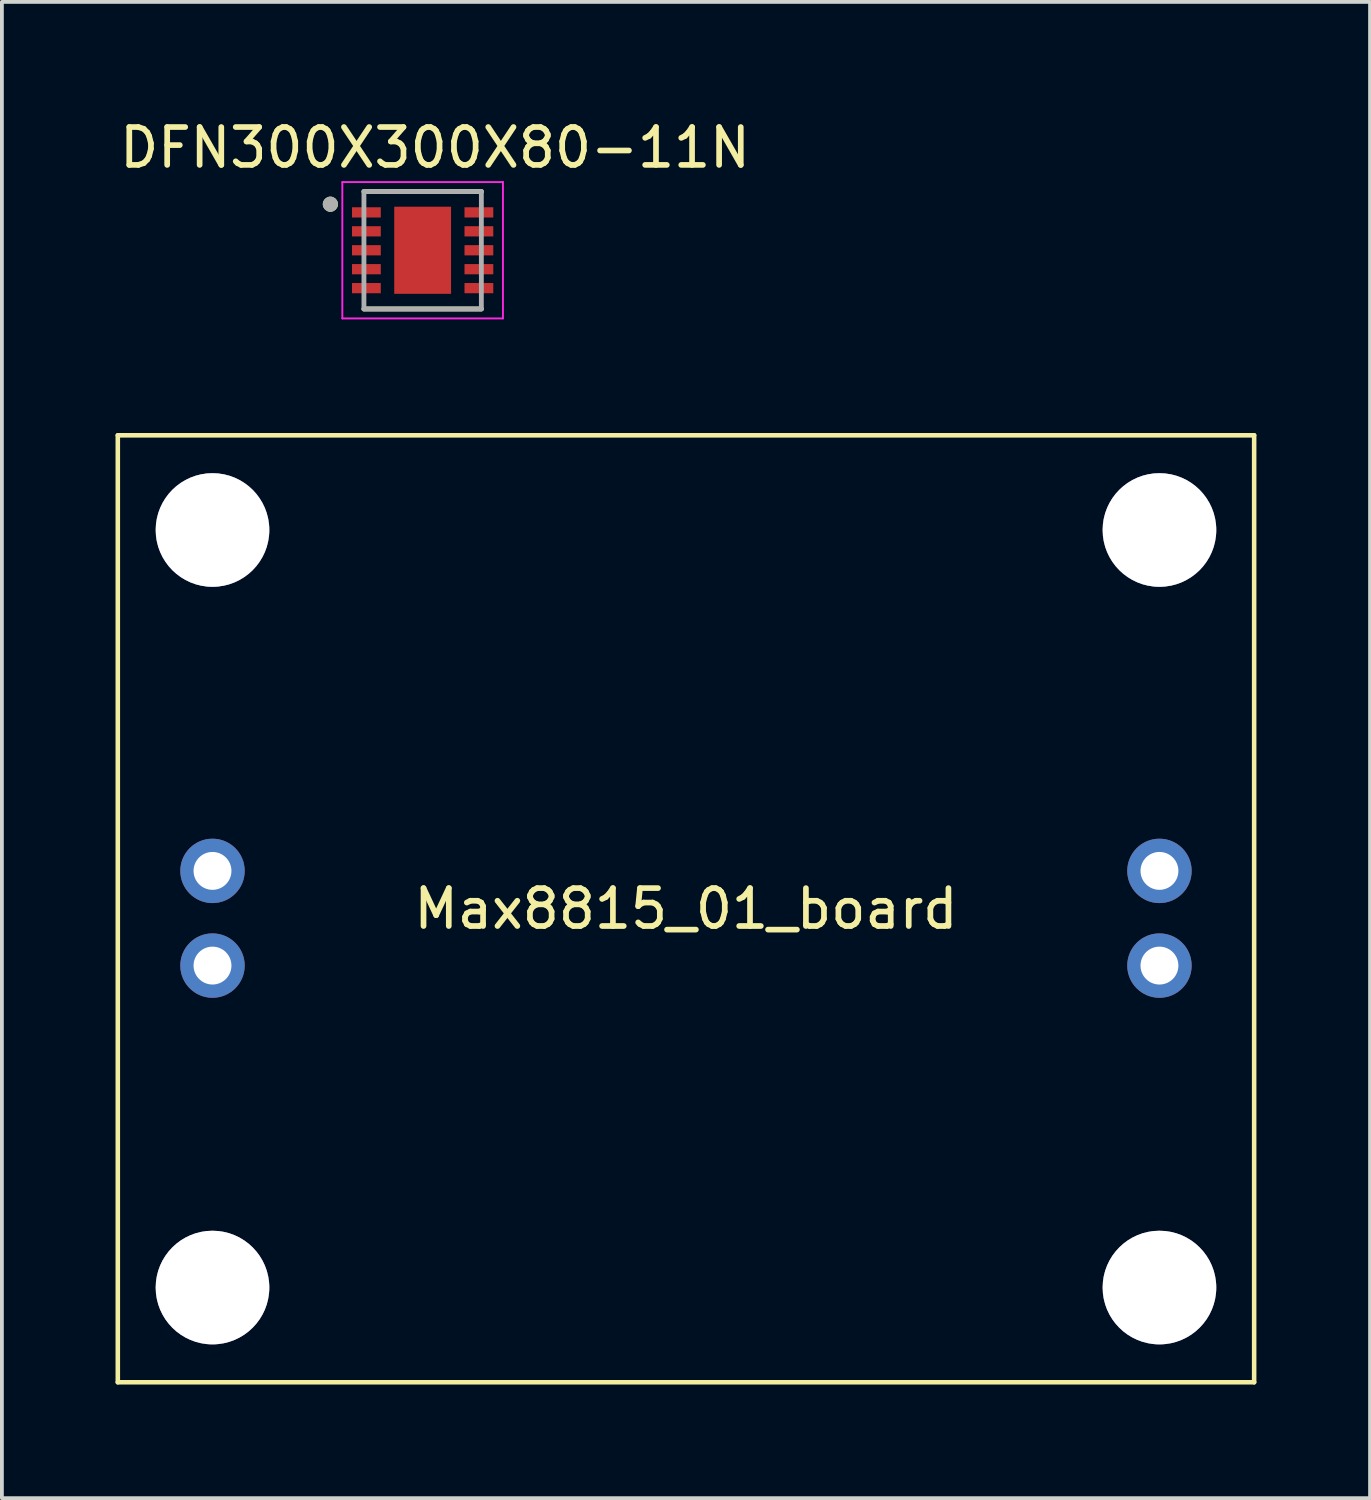
<source format=kicad_pcb>
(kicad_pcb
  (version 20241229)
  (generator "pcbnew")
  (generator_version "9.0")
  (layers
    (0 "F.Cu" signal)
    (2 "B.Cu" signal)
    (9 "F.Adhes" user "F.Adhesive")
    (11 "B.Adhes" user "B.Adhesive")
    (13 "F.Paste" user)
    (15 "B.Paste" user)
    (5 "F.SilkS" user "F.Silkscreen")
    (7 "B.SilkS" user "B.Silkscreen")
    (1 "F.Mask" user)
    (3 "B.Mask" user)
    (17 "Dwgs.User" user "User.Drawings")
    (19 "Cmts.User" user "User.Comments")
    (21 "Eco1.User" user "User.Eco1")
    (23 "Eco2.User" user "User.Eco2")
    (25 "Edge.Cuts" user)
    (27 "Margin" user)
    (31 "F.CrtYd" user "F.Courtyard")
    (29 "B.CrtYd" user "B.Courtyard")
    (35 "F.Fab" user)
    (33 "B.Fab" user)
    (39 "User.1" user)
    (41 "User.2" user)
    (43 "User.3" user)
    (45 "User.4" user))
  (footprint "Max8815_01_board"
    (layer "F.Cu")
    (at 2.56 19.942)
    (property "Reference" "Max8815_01_board" (at 12.5 1 0) (layer "F.SilkS") (effects (font (size 1 1) (thickness 0.15))))
    (attr through_hole)
    (fp_line (start -2.5 -11.5) (end 27.5 -11.5) (stroke (width 0.12) (type solid)) (layer "F.SilkS"))
    (fp_line (start -2.5 13.5) (end -2.5 -11.5) (stroke (width 0.12) (type solid)) (layer "F.SilkS"))
    (fp_line (start 27.5 -11.5) (end 27.5 13.5) (stroke (width 0.12) (type solid)) (layer "F.SilkS"))
    (fp_line (start 27.5 13.5) (end -2.5 13.5) (stroke (width 0.12) (type solid)) (layer "F.SilkS"))
    (pad "" thru_hole circle (at 0 -9) (size 3 3) (drill 3) (layers "*.Cu" "*.Mask"))
    (pad "" thru_hole circle (at 0 11) (size 3 3) (drill 3) (layers "*.Cu" "*.Mask"))
    (pad "" thru_hole circle (at 25 -9) (size 3 3) (drill 3) (layers "*.Cu" "*.Mask"))
    (pad "" thru_hole circle (at 25 11) (size 3 3) (drill 3) (layers "*.Cu" "*.Mask"))
    (pad "1" thru_hole circle (at 0 0) (size 1.7 1.7) (drill 1) (layers "*.Cu" "*.Mask"))
    (pad "2" thru_hole circle (at 0 2.5) (size 1.7 1.7) (drill 1) (layers "*.Cu" "*.Mask"))
    (pad "3" thru_hole circle (at 25 0) (size 1.7 1.7) (drill 1) (layers "*.Cu" "*.Mask"))
    (pad "4" thru_hole circle (at 25 2.5) (size 1.7 1.7) (drill 1) (layers "*.Cu" "*.Mask")))
  (footprint "DFN300X300X80-11N"
    (layer "F.Cu")
    (at 8.108 3.557)
    (property "Reference" "DFN300X300X80-11N" (at 0.327 -2.708 0) (layer "F.SilkS") (effects (font (size 1 1) (thickness 0.15))))
    (attr through_hole)
    (fp_line (start -1.55 1.55) (end 1.55 1.55) (stroke (width 0.127) (type solid)) (layer "F.SilkS"))
    (fp_line (start 1.55 -1.55) (end -1.55 -1.55) (stroke (width 0.127) (type solid)) (layer "F.SilkS"))
    (fp_circle (center -2.436 -1.216) (end -2.336 -1.216) (stroke (width 0.2) (type solid)) (fill no) (layer "F.SilkS"))
    (fp_poly (pts (xy -0.474 -0.727) (xy 0.474 -0.727) (xy 0.474 0.727) (xy -0.474 0.727)) (stroke (width 0.01) (type solid)) (fill yes) (layer "F.Paste"))
    (fp_line (start -2.12 -1.8) (end 2.12 -1.8) (stroke (width 0.05) (type solid)) (layer "F.CrtYd"))
    (fp_line (start -2.12 1.8) (end -2.12 -1.8) (stroke (width 0.05) (type solid)) (layer "F.CrtYd"))
    (fp_line (start 2.12 -1.8) (end 2.12 1.8) (stroke (width 0.05) (type solid)) (layer "F.CrtYd"))
    (fp_line (start 2.12 1.8) (end -2.12 1.8) (stroke (width 0.05) (type solid)) (layer "F.CrtYd"))
    (fp_line (start -1.55 -1.55) (end -1.55 1.55) (stroke (width 0.127) (type solid)) (layer "F.Fab"))
    (fp_line (start -1.55 1.55) (end 1.55 1.55) (stroke (width 0.127) (type solid)) (layer "F.Fab"))
    (fp_line (start 1.55 -1.55) (end -1.55 -1.55) (stroke (width 0.127) (type solid)) (layer "F.Fab"))
    (fp_line (start 1.55 1.55) (end 1.55 -1.55) (stroke (width 0.127) (type solid)) (layer "F.Fab"))
    (fp_circle (center -2.436 -1.216) (end -2.336 -1.216) (stroke (width 0.2) (type solid)) (fill no) (layer "F.Fab"))
    (pad "1" smd rect (at -1.485 -1) (size 0.76 0.27) (layers "F.Cu" "F.Mask" "F.Paste"))
    (pad "2" smd rect (at -1.485 -0.5) (size 0.76 0.27) (layers "F.Cu" "F.Mask" "F.Paste"))
    (pad "3" smd rect (at -1.485 0) (size 0.76 0.27) (layers "F.Cu" "F.Mask" "F.Paste"))
    (pad "4" smd rect (at -1.485 0.5) (size 0.76 0.27) (layers "F.Cu" "F.Mask" "F.Paste"))
    (pad "5" smd rect (at -1.485 1) (size 0.76 0.27) (layers "F.Cu" "F.Mask" "F.Paste"))
    (pad "6" smd rect (at 1.485 1) (size 0.76 0.27) (layers "F.Cu" "F.Mask" "F.Paste"))
    (pad "7" smd rect (at 1.485 0.5) (size 0.76 0.27) (layers "F.Cu" "F.Mask" "F.Paste"))
    (pad "8" smd rect (at 1.485 0) (size 0.76 0.27) (layers "F.Cu" "F.Mask" "F.Paste"))
    (pad "9" smd rect (at 1.485 -0.5) (size 0.76 0.27) (layers "F.Cu" "F.Mask" "F.Paste"))
    (pad "10" smd rect (at 1.485 -1) (size 0.76 0.27) (layers "F.Cu" "F.Mask" "F.Paste"))
    (pad "11" smd rect (at 0 0) (size 1.5 2.3) (layers "F.Cu" "F.Mask")))
  (gr_rect
    (start -3 -3)
    (end 33.12 36.502)
    (stroke (width 0.1) (type default))
    (fill no)
    (layer "Edge.Cuts")))
</source>
